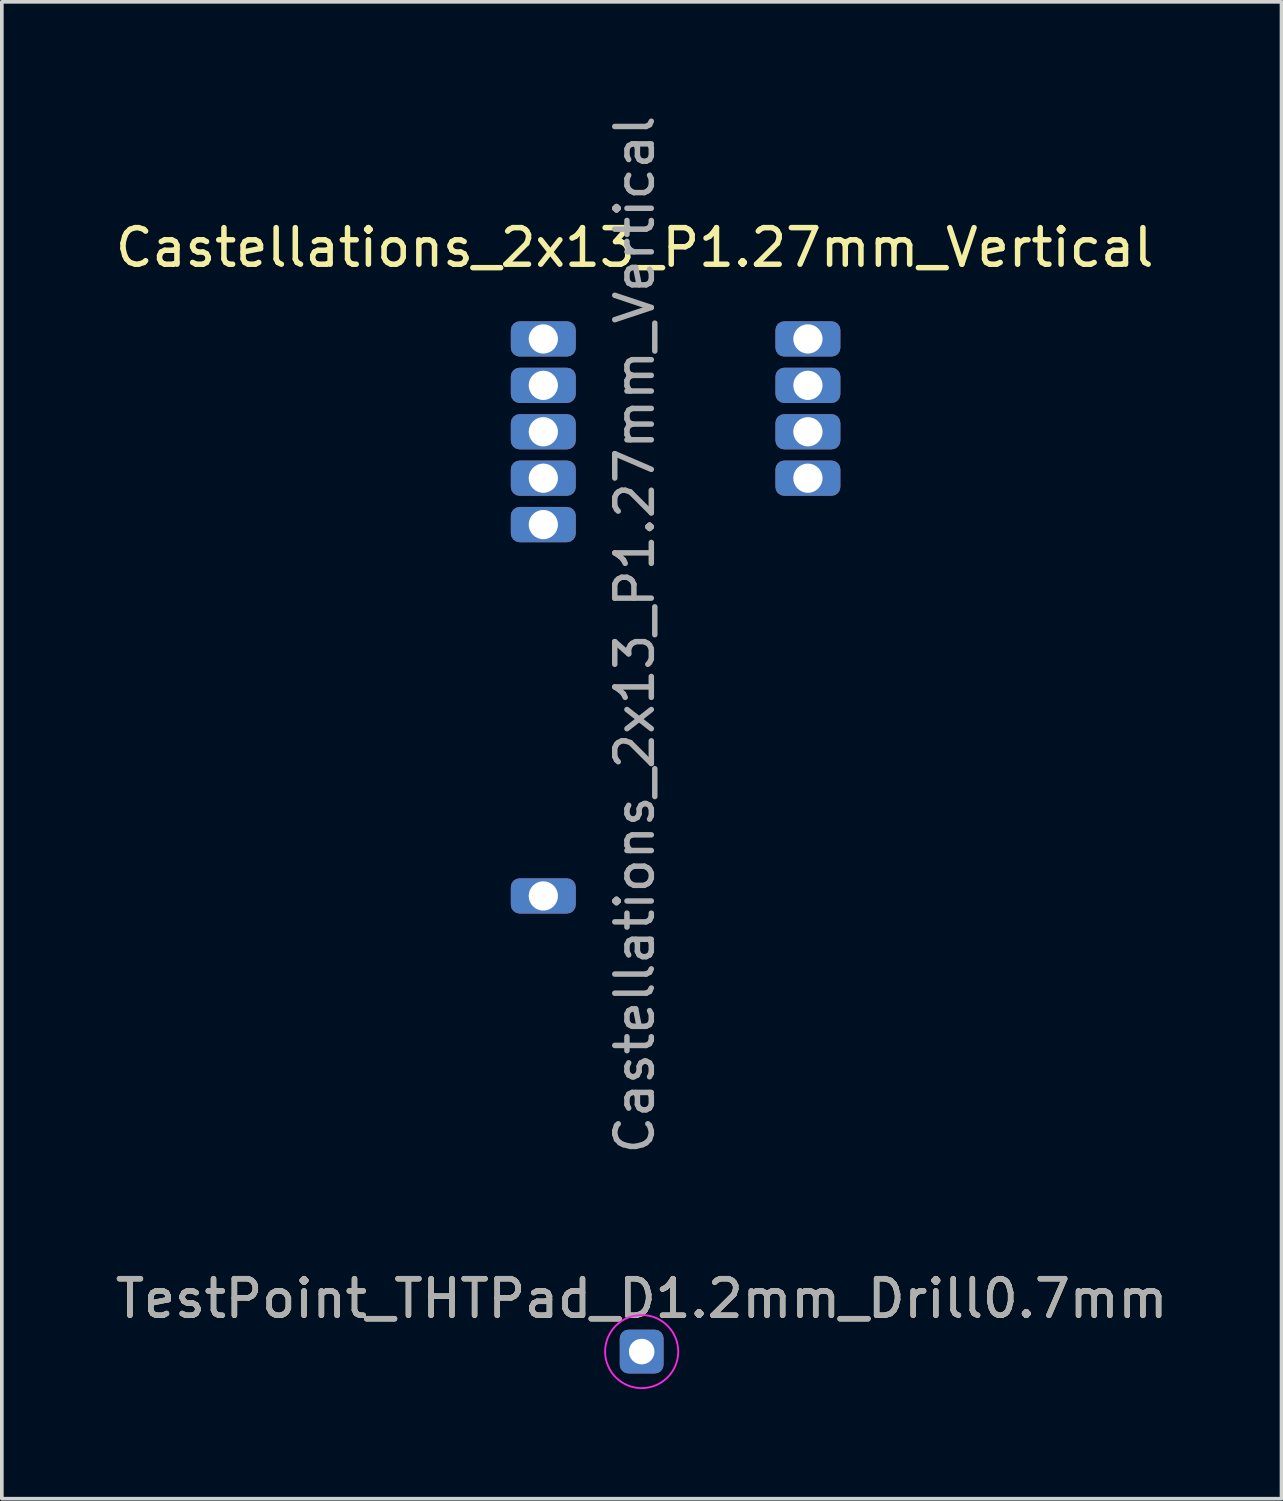
<source format=kicad_pcb>
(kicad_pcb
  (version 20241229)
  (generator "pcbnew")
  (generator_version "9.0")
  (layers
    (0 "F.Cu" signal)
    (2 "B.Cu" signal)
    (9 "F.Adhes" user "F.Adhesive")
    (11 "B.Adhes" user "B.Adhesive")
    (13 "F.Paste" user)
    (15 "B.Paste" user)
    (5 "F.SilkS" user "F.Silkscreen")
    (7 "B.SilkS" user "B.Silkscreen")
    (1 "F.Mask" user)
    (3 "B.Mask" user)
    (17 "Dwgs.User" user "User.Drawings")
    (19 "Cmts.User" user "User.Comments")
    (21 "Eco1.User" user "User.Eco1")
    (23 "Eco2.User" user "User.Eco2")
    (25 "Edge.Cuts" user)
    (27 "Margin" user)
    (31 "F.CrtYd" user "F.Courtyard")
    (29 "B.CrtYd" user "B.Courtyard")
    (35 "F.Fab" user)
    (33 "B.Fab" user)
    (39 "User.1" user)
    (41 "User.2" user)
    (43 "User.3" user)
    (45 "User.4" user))
  (footprint "Castellations_2x13_P1.27mm_Vertical"
    (layer "F.Cu")
    (at 11.815 6.223)
    (property "Reference" "Castellations_2x13_P1.27mm_Vertical" (at 2.5 -2.5 0) (layer "F.SilkS") (effects (font (size 1 1) (thickness 0.15))))
    (attr through_hole)
    (fp_text user "${REFERENCE}" (at 2.5 8.092 90) (layer "F.Fab") (effects (font (size 1 1) (thickness 0.15))))
    (pad "1" thru_hole roundrect (at 0 0) (size 1.778 0.965) (drill 0.8) (layers "*.Cu" "*.Mask") (roundrect_rratio 0.25))
    (pad "2" thru_hole roundrect (at 0 1.27) (size 1.778 0.965) (drill 0.8) (layers "*.Cu" "*.Mask") (roundrect_rratio 0.25))
    (pad "3" thru_hole roundrect (at 0 2.54) (size 1.778 0.965) (drill 0.8) (layers "*.Cu" "*.Mask") (roundrect_rratio 0.25))
    (pad "4" thru_hole roundrect (at 0 3.81) (size 1.778 0.965) (drill 0.8) (layers "*.Cu" "*.Mask") (roundrect_rratio 0.25))
    (pad "5" thru_hole roundrect (at 0 5.08) (size 1.778 0.965) (drill 0.8) (layers "*.Cu" "*.Mask") (roundrect_rratio 0.25))
    (pad "12" thru_hole roundrect (at 0 15.24) (size 1.778 0.965) (drill 0.8) (layers "*.Cu" "*.Mask") (roundrect_rratio 0.25))
    (pad "21" thru_hole roundrect (at 7.239 3.81) (size 1.778 0.965) (drill 0.8) (layers "*.Cu" "*.Mask") (roundrect_rratio 0.25))
    (pad "22" thru_hole roundrect (at 7.239 2.54) (size 1.778 0.965) (drill 0.8) (layers "*.Cu" "*.Mask") (roundrect_rratio 0.25))
    (pad "23" thru_hole roundrect (at 7.239 1.27) (size 1.778 0.965) (drill 0.8) (layers "*.Cu" "*.Mask") (roundrect_rratio 0.25))
    (pad "24" thru_hole roundrect (at 7.239 0) (size 1.778 0.965) (drill 0.8) (layers "*.Cu" "*.Mask") (roundrect_rratio 0.25)))
  (footprint "TestPoint_THTPad_D1.2mm_Drill0.7mm"
    (layer "F.Cu")
    (at 14.506 33.929)
    (property "Reference" "TestPoint_THTPad_D1.2mm_Drill0.7mm" (at 0 -1.448 0) (layer "F.SilkS") (effects (font (size 1 1) (thickness 0.15))))
    (attr exclude_from_pos_files exclude_from_bom)
    (fp_circle (center 0 0) (end 1 0) (stroke (width 0.05) (type solid)) (fill no) (layer "F.CrtYd"))
    (fp_text user "${REFERENCE}" (at 0 -1.45 0) (layer "F.Fab") (effects (font (size 1 1) (thickness 0.15))))
    (pad "1" thru_hole roundrect (at 0 0) (size 1.2 1.2) (drill 0.7) (layers "*.Cu" "*.Mask") (roundrect_rratio 0.2)))
  (gr_rect
    (start -3 -3)
    (end 32.012 37.954)
    (stroke (width 0.1) (type default))
    (fill no)
    (layer "Edge.Cuts")))
</source>
